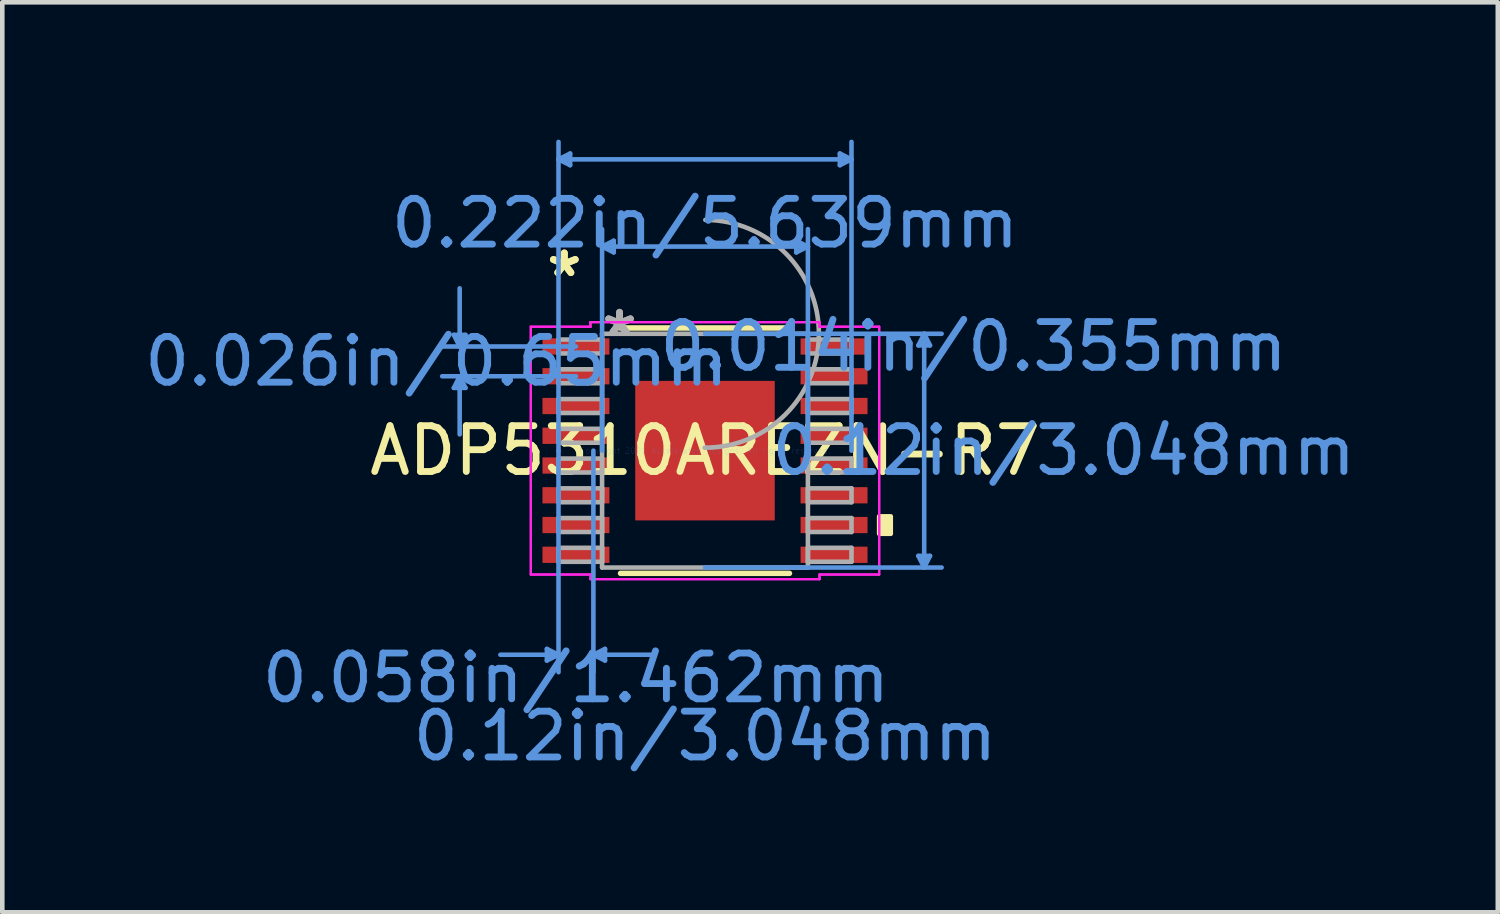
<source format=kicad_pcb>
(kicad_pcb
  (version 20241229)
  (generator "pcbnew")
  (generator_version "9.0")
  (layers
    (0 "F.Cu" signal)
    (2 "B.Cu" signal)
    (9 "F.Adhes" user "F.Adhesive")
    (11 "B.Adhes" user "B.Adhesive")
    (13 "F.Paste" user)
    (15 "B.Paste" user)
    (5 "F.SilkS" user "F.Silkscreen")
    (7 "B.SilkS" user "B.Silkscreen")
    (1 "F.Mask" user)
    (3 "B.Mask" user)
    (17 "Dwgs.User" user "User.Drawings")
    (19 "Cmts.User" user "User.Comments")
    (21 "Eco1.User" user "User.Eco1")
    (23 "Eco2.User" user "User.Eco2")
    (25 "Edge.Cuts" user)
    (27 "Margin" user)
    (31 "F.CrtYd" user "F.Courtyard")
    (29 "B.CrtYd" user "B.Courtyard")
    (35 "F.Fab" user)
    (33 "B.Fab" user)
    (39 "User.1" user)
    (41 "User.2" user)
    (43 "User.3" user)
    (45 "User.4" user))
  (footprint "ADP5310AREZN-R7"
    (layer "F.Cu")
    (at 12.35 6.794)
    (property "Reference" "ADP5310AREZN-R7" (at 0 0 0) (layer "F.SilkS") (effects (font (size 1 1) (thickness 0.15))))
    (attr through_hole)
    (fp_line (start -1.845 2.68) (end 1.845 2.68) (stroke (width 0.12) (type solid)) (layer "F.SilkS"))
    (fp_line (start 1.845 -2.68) (end -1.845 -2.68) (stroke (width 0.12) (type solid)) (layer "F.SilkS"))
    (fp_poly (pts (xy 4.058 1.435) (xy 4.058 1.816) (xy 3.804 1.816) (xy 3.804 1.435)) (stroke (width 0.1) (type solid)) (fill yes) (layer "F.SilkS"))
    (fp_poly (pts (xy -1.424 -1.424) (xy -1.424 -0.1) (xy -0.1 -0.1) (xy -0.1 -1.424)) (stroke (width 0.1) (type solid)) (fill yes) (layer "F.Paste"))
    (fp_poly (pts (xy -1.424 0.1) (xy -1.424 1.424) (xy -0.1 1.424) (xy -0.1 0.1)) (stroke (width 0.1) (type solid)) (fill yes) (layer "F.Paste"))
    (fp_poly (pts (xy 0.1 -1.424) (xy 0.1 -0.1) (xy 1.424 -0.1) (xy 1.424 -1.424)) (stroke (width 0.1) (type solid)) (fill yes) (layer "F.Paste"))
    (fp_poly (pts (xy 0.1 0.1) (xy 0.1 1.424) (xy 1.424 1.424) (xy 1.424 0.1)) (stroke (width 0.1) (type solid)) (fill yes) (layer "F.Paste"))
    (fp_line (start -5.486 -2.529) (end -5.232 -2.529) (stroke (width 0.1) (type solid)) (layer "Cmts.User"))
    (fp_line (start -5.486 -1.371) (end -5.232 -1.371) (stroke (width 0.1) (type solid)) (layer "Cmts.User"))
    (fp_line (start -5.359 -2.275) (end -5.486 -2.529) (stroke (width 0.1) (type solid)) (layer "Cmts.User"))
    (fp_line (start -5.359 -2.275) (end -5.359 -3.545) (stroke (width 0.1) (type solid)) (layer "Cmts.User"))
    (fp_line (start -5.359 -2.275) (end -5.232 -2.529) (stroke (width 0.1) (type solid)) (layer "Cmts.User"))
    (fp_line (start -5.359 -1.625) (end -5.486 -1.371) (stroke (width 0.1) (type solid)) (layer "Cmts.User"))
    (fp_line (start -5.359 -1.625) (end -5.359 -0.355) (stroke (width 0.1) (type solid)) (layer "Cmts.User"))
    (fp_line (start -5.359 -1.625) (end -5.232 -1.371) (stroke (width 0.1) (type solid)) (layer "Cmts.User"))
    (fp_line (start -3.454 4.331) (end -3.454 4.585) (stroke (width 0.1) (type solid)) (layer "Cmts.User"))
    (fp_line (start -3.2 -6.363) (end -2.946 -6.49) (stroke (width 0.1) (type solid)) (layer "Cmts.User"))
    (fp_line (start -3.2 -6.363) (end -2.946 -6.236) (stroke (width 0.1) (type solid)) (layer "Cmts.User"))
    (fp_line (start -3.2 -6.363) (end 3.2 -6.363) (stroke (width 0.1) (type solid)) (layer "Cmts.User"))
    (fp_line (start -3.2 0) (end -3.2 -6.744) (stroke (width 0.1) (type solid)) (layer "Cmts.User"))
    (fp_line (start -3.2 0) (end -3.2 4.839) (stroke (width 0.1) (type solid)) (layer "Cmts.User"))
    (fp_line (start -3.2 4.458) (end -4.47 4.458) (stroke (width 0.1) (type solid)) (layer "Cmts.User"))
    (fp_line (start -3.2 4.458) (end -3.454 4.331) (stroke (width 0.1) (type solid)) (layer "Cmts.User"))
    (fp_line (start -3.2 4.458) (end -3.454 4.585) (stroke (width 0.1) (type solid)) (layer "Cmts.User"))
    (fp_line (start -2.946 -6.49) (end -2.946 -6.236) (stroke (width 0.1) (type solid)) (layer "Cmts.User"))
    (fp_line (start -2.819 -2.275) (end -5.74 -2.275) (stroke (width 0.1) (type solid)) (layer "Cmts.User"))
    (fp_line (start -2.819 -1.625) (end -5.74 -1.625) (stroke (width 0.1) (type solid)) (layer "Cmts.User"))
    (fp_line (start -2.438 0) (end -2.438 4.839) (stroke (width 0.1) (type solid)) (layer "Cmts.User"))
    (fp_line (start -2.438 4.458) (end -2.184 4.331) (stroke (width 0.1) (type solid)) (layer "Cmts.User"))
    (fp_line (start -2.438 4.458) (end -2.184 4.585) (stroke (width 0.1) (type solid)) (layer "Cmts.User"))
    (fp_line (start -2.438 4.458) (end -1.168 4.458) (stroke (width 0.1) (type solid)) (layer "Cmts.User"))
    (fp_line (start -2.248 -4.458) (end -1.994 -4.585) (stroke (width 0.1) (type solid)) (layer "Cmts.User"))
    (fp_line (start -2.248 -4.458) (end -1.994 -4.331) (stroke (width 0.1) (type solid)) (layer "Cmts.User"))
    (fp_line (start -2.248 -4.458) (end 2.248 -4.458) (stroke (width 0.1) (type solid)) (layer "Cmts.User"))
    (fp_line (start -2.248 0) (end -2.248 -4.839) (stroke (width 0.1) (type solid)) (layer "Cmts.User"))
    (fp_line (start -2.184 4.331) (end -2.184 4.585) (stroke (width 0.1) (type solid)) (layer "Cmts.User"))
    (fp_line (start -1.994 -4.585) (end -1.994 -4.331) (stroke (width 0.1) (type solid)) (layer "Cmts.User"))
    (fp_line (start 0 -2.553) (end 5.169 -2.553) (stroke (width 0.1) (type solid)) (layer "Cmts.User"))
    (fp_line (start 0 2.553) (end 5.169 2.553) (stroke (width 0.1) (type solid)) (layer "Cmts.User"))
    (fp_line (start 1.994 -4.585) (end 1.994 -4.331) (stroke (width 0.1) (type solid)) (layer "Cmts.User"))
    (fp_line (start 2.248 -4.458) (end 1.994 -4.585) (stroke (width 0.1) (type solid)) (layer "Cmts.User"))
    (fp_line (start 2.248 -4.458) (end 1.994 -4.331) (stroke (width 0.1) (type solid)) (layer "Cmts.User"))
    (fp_line (start 2.248 0) (end 2.248 -4.839) (stroke (width 0.1) (type solid)) (layer "Cmts.User"))
    (fp_line (start 2.946 -6.49) (end 2.946 -6.236) (stroke (width 0.1) (type solid)) (layer "Cmts.User"))
    (fp_line (start 3.2 -6.363) (end 2.946 -6.49) (stroke (width 0.1) (type solid)) (layer "Cmts.User"))
    (fp_line (start 3.2 -6.363) (end 2.946 -6.236) (stroke (width 0.1) (type solid)) (layer "Cmts.User"))
    (fp_line (start 3.2 0) (end 3.2 -6.744) (stroke (width 0.1) (type solid)) (layer "Cmts.User"))
    (fp_line (start 4.661 -2.299) (end 4.915 -2.299) (stroke (width 0.1) (type solid)) (layer "Cmts.User"))
    (fp_line (start 4.661 2.299) (end 4.915 2.299) (stroke (width 0.1) (type solid)) (layer "Cmts.User"))
    (fp_line (start 4.788 -2.553) (end 4.661 -2.299) (stroke (width 0.1) (type solid)) (layer "Cmts.User"))
    (fp_line (start 4.788 -2.553) (end 4.788 2.553) (stroke (width 0.1) (type solid)) (layer "Cmts.User"))
    (fp_line (start 4.788 -2.553) (end 4.915 -2.299) (stroke (width 0.1) (type solid)) (layer "Cmts.User"))
    (fp_line (start 4.788 2.553) (end 4.661 2.299) (stroke (width 0.1) (type solid)) (layer "Cmts.User"))
    (fp_line (start 4.788 2.553) (end 4.915 2.299) (stroke (width 0.1) (type solid)) (layer "Cmts.User"))
    (fp_line (start -3.804 -2.706) (end -2.502 -2.706) (stroke (width 0.05) (type solid)) (layer "F.CrtYd"))
    (fp_line (start -3.804 -2.706) (end -2.502 -2.706) (stroke (width 0.05) (type solid)) (layer "F.CrtYd"))
    (fp_line (start -3.804 2.706) (end -3.804 -2.706) (stroke (width 0.05) (type solid)) (layer "F.CrtYd"))
    (fp_line (start -3.804 2.706) (end -3.804 -2.706) (stroke (width 0.05) (type solid)) (layer "F.CrtYd"))
    (fp_line (start -3.804 2.706) (end -2.502 2.706) (stroke (width 0.05) (type solid)) (layer "F.CrtYd"))
    (fp_line (start -2.502 -2.807) (end 2.502 -2.807) (stroke (width 0.05) (type solid)) (layer "F.CrtYd"))
    (fp_line (start -2.502 -2.807) (end 2.502 -2.807) (stroke (width 0.05) (type solid)) (layer "F.CrtYd"))
    (fp_line (start -2.502 -2.706) (end -2.502 -2.807) (stroke (width 0.05) (type solid)) (layer "F.CrtYd"))
    (fp_line (start -2.502 -2.706) (end -2.502 -2.807) (stroke (width 0.05) (type solid)) (layer "F.CrtYd"))
    (fp_line (start -2.502 2.706) (end -3.804 2.706) (stroke (width 0.05) (type solid)) (layer "F.CrtYd"))
    (fp_line (start -2.502 2.807) (end -2.502 2.706) (stroke (width 0.05) (type solid)) (layer "F.CrtYd"))
    (fp_line (start -2.502 2.807) (end -2.502 2.706) (stroke (width 0.05) (type solid)) (layer "F.CrtYd"))
    (fp_line (start 2.502 -2.807) (end 2.502 -2.706) (stroke (width 0.05) (type solid)) (layer "F.CrtYd"))
    (fp_line (start 2.502 -2.807) (end 2.502 -2.706) (stroke (width 0.05) (type solid)) (layer "F.CrtYd"))
    (fp_line (start 2.502 -2.706) (end 3.804 -2.706) (stroke (width 0.05) (type solid)) (layer "F.CrtYd"))
    (fp_line (start 2.502 2.706) (end 2.502 2.807) (stroke (width 0.05) (type solid)) (layer "F.CrtYd"))
    (fp_line (start 2.502 2.706) (end 2.502 2.807) (stroke (width 0.05) (type solid)) (layer "F.CrtYd"))
    (fp_line (start 2.502 2.807) (end -2.502 2.807) (stroke (width 0.05) (type solid)) (layer "F.CrtYd"))
    (fp_line (start 2.502 2.807) (end -2.502 2.807) (stroke (width 0.05) (type solid)) (layer "F.CrtYd"))
    (fp_line (start 3.804 -2.706) (end 2.502 -2.706) (stroke (width 0.05) (type solid)) (layer "F.CrtYd"))
    (fp_line (start 3.804 -2.706) (end 3.804 2.706) (stroke (width 0.05) (type solid)) (layer "F.CrtYd"))
    (fp_line (start 3.804 -2.706) (end 3.804 2.706) (stroke (width 0.05) (type solid)) (layer "F.CrtYd"))
    (fp_line (start 3.804 2.706) (end 2.502 2.706) (stroke (width 0.05) (type solid)) (layer "F.CrtYd"))
    (fp_line (start 3.804 2.706) (end 2.502 2.706) (stroke (width 0.05) (type solid)) (layer "F.CrtYd"))
    (fp_line (start -3.2 -2.427) (end -3.2 -2.123) (stroke (width 0.1) (type solid)) (layer "F.Fab"))
    (fp_line (start -3.2 -2.123) (end -2.248 -2.123) (stroke (width 0.1) (type solid)) (layer "F.Fab"))
    (fp_line (start -3.2 -1.777) (end -3.2 -1.473) (stroke (width 0.1) (type solid)) (layer "F.Fab"))
    (fp_line (start -3.2 -1.473) (end -2.248 -1.473) (stroke (width 0.1) (type solid)) (layer "F.Fab"))
    (fp_line (start -3.2 -1.127) (end -3.2 -0.823) (stroke (width 0.1) (type solid)) (layer "F.Fab"))
    (fp_line (start -3.2 -0.823) (end -2.248 -0.823) (stroke (width 0.1) (type solid)) (layer "F.Fab"))
    (fp_line (start -3.2 -0.477) (end -3.2 -0.173) (stroke (width 0.1) (type solid)) (layer "F.Fab"))
    (fp_line (start -3.2 -0.173) (end -2.248 -0.173) (stroke (width 0.1) (type solid)) (layer "F.Fab"))
    (fp_line (start -3.2 0.173) (end -3.2 0.477) (stroke (width 0.1) (type solid)) (layer "F.Fab"))
    (fp_line (start -3.2 0.477) (end -2.248 0.477) (stroke (width 0.1) (type solid)) (layer "F.Fab"))
    (fp_line (start -3.2 0.823) (end -3.2 1.127) (stroke (width 0.1) (type solid)) (layer "F.Fab"))
    (fp_line (start -3.2 1.127) (end -2.248 1.127) (stroke (width 0.1) (type solid)) (layer "F.Fab"))
    (fp_line (start -3.2 1.473) (end -3.2 1.777) (stroke (width 0.1) (type solid)) (layer "F.Fab"))
    (fp_line (start -3.2 1.777) (end -2.248 1.777) (stroke (width 0.1) (type solid)) (layer "F.Fab"))
    (fp_line (start -3.2 2.123) (end -3.2 2.427) (stroke (width 0.1) (type solid)) (layer "F.Fab"))
    (fp_line (start -3.2 2.427) (end -2.248 2.427) (stroke (width 0.1) (type solid)) (layer "F.Fab"))
    (fp_line (start -2.248 -2.553) (end -2.248 2.553) (stroke (width 0.1) (type solid)) (layer "F.Fab"))
    (fp_line (start -2.248 -2.427) (end -3.2 -2.427) (stroke (width 0.1) (type solid)) (layer "F.Fab"))
    (fp_line (start -2.248 -2.123) (end -2.248 -2.427) (stroke (width 0.1) (type solid)) (layer "F.Fab"))
    (fp_line (start -2.248 -1.777) (end -3.2 -1.777) (stroke (width 0.1) (type solid)) (layer "F.Fab"))
    (fp_line (start -2.248 -1.473) (end -2.248 -1.777) (stroke (width 0.1) (type solid)) (layer "F.Fab"))
    (fp_line (start -2.248 -1.127) (end -3.2 -1.127) (stroke (width 0.1) (type solid)) (layer "F.Fab"))
    (fp_line (start -2.248 -0.823) (end -2.248 -1.127) (stroke (width 0.1) (type solid)) (layer "F.Fab"))
    (fp_line (start -2.248 -0.477) (end -3.2 -0.477) (stroke (width 0.1) (type solid)) (layer "F.Fab"))
    (fp_line (start -2.248 -0.173) (end -2.248 -0.477) (stroke (width 0.1) (type solid)) (layer "F.Fab"))
    (fp_line (start -2.248 0.173) (end -3.2 0.173) (stroke (width 0.1) (type solid)) (layer "F.Fab"))
    (fp_line (start -2.248 0.477) (end -2.248 0.173) (stroke (width 0.1) (type solid)) (layer "F.Fab"))
    (fp_line (start -2.248 0.823) (end -3.2 0.823) (stroke (width 0.1) (type solid)) (layer "F.Fab"))
    (fp_line (start -2.248 1.127) (end -2.248 0.823) (stroke (width 0.1) (type solid)) (layer "F.Fab"))
    (fp_line (start -2.248 1.473) (end -3.2 1.473) (stroke (width 0.1) (type solid)) (layer "F.Fab"))
    (fp_line (start -2.248 1.777) (end -2.248 1.473) (stroke (width 0.1) (type solid)) (layer "F.Fab"))
    (fp_line (start -2.248 2.123) (end -3.2 2.123) (stroke (width 0.1) (type solid)) (layer "F.Fab"))
    (fp_line (start -2.248 2.427) (end -2.248 2.123) (stroke (width 0.1) (type solid)) (layer "F.Fab"))
    (fp_line (start -2.248 2.553) (end 2.248 2.553) (stroke (width 0.1) (type solid)) (layer "F.Fab"))
    (fp_line (start 2.248 -2.553) (end -2.248 -2.553) (stroke (width 0.1) (type solid)) (layer "F.Fab"))
    (fp_line (start 2.248 -2.427) (end 2.248 -2.123) (stroke (width 0.1) (type solid)) (layer "F.Fab"))
    (fp_line (start 2.248 -2.123) (end 3.2 -2.123) (stroke (width 0.1) (type solid)) (layer "F.Fab"))
    (fp_line (start 2.248 -1.777) (end 2.248 -1.473) (stroke (width 0.1) (type solid)) (layer "F.Fab"))
    (fp_line (start 2.248 -1.473) (end 3.2 -1.473) (stroke (width 0.1) (type solid)) (layer "F.Fab"))
    (fp_line (start 2.248 -1.127) (end 2.248 -0.823) (stroke (width 0.1) (type solid)) (layer "F.Fab"))
    (fp_line (start 2.248 -0.823) (end 3.2 -0.823) (stroke (width 0.1) (type solid)) (layer "F.Fab"))
    (fp_line (start 2.248 -0.477) (end 2.248 -0.173) (stroke (width 0.1) (type solid)) (layer "F.Fab"))
    (fp_line (start 2.248 -0.173) (end 3.2 -0.173) (stroke (width 0.1) (type solid)) (layer "F.Fab"))
    (fp_line (start 2.248 0.173) (end 2.248 0.477) (stroke (width 0.1) (type solid)) (layer "F.Fab"))
    (fp_line (start 2.248 0.477) (end 3.2 0.477) (stroke (width 0.1) (type solid)) (layer "F.Fab"))
    (fp_line (start 2.248 0.823) (end 2.248 1.127) (stroke (width 0.1) (type solid)) (layer "F.Fab"))
    (fp_line (start 2.248 1.127) (end 3.2 1.127) (stroke (width 0.1) (type solid)) (layer "F.Fab"))
    (fp_line (start 2.248 1.473) (end 2.248 1.777) (stroke (width 0.1) (type solid)) (layer "F.Fab"))
    (fp_line (start 2.248 1.777) (end 3.2 1.777) (stroke (width 0.1) (type solid)) (layer "F.Fab"))
    (fp_line (start 2.248 2.123) (end 2.248 2.427) (stroke (width 0.1) (type solid)) (layer "F.Fab"))
    (fp_line (start 2.248 2.427) (end 3.2 2.427) (stroke (width 0.1) (type solid)) (layer "F.Fab"))
    (fp_line (start 2.248 2.553) (end 2.248 -2.553) (stroke (width 0.1) (type solid)) (layer "F.Fab"))
    (fp_line (start 3.2 -2.427) (end 2.248 -2.427) (stroke (width 0.1) (type solid)) (layer "F.Fab"))
    (fp_line (start 3.2 -2.123) (end 3.2 -2.427) (stroke (width 0.1) (type solid)) (layer "F.Fab"))
    (fp_line (start 3.2 -1.777) (end 2.248 -1.777) (stroke (width 0.1) (type solid)) (layer "F.Fab"))
    (fp_line (start 3.2 -1.473) (end 3.2 -1.777) (stroke (width 0.1) (type solid)) (layer "F.Fab"))
    (fp_line (start 3.2 -1.127) (end 2.248 -1.127) (stroke (width 0.1) (type solid)) (layer "F.Fab"))
    (fp_line (start 3.2 -0.823) (end 3.2 -1.127) (stroke (width 0.1) (type solid)) (layer "F.Fab"))
    (fp_line (start 3.2 -0.477) (end 2.248 -0.477) (stroke (width 0.1) (type solid)) (layer "F.Fab"))
    (fp_line (start 3.2 -0.173) (end 3.2 -0.477) (stroke (width 0.1) (type solid)) (layer "F.Fab"))
    (fp_line (start 3.2 0.173) (end 2.248 0.173) (stroke (width 0.1) (type solid)) (layer "F.Fab"))
    (fp_line (start 3.2 0.477) (end 3.2 0.173) (stroke (width 0.1) (type solid)) (layer "F.Fab"))
    (fp_line (start 3.2 0.823) (end 2.248 0.823) (stroke (width 0.1) (type solid)) (layer "F.Fab"))
    (fp_line (start 3.2 1.127) (end 3.2 0.823) (stroke (width 0.1) (type solid)) (layer "F.Fab"))
    (fp_line (start 3.2 1.473) (end 2.248 1.473) (stroke (width 0.1) (type solid)) (layer "F.Fab"))
    (fp_line (start 3.2 1.777) (end 3.2 1.473) (stroke (width 0.1) (type solid)) (layer "F.Fab"))
    (fp_line (start 3.2 2.123) (end 2.248 2.123) (stroke (width 0.1) (type solid)) (layer "F.Fab"))
    (fp_line (start 3.2 2.427) (end 3.2 2.123) (stroke (width 0.1) (type solid)) (layer "F.Fab"))
    (fp_arc (start 0.007742 -5.040561) (mid 2.487861 -2.544958) (end -0.007742 -0.064839) (stroke (width 0.1) (type solid)) (layer "F.Fab"))
    (fp_text user "*" (at -3.073 -3.773 0) (layer "F.SilkS") (effects (font (size 1 1) (thickness 0.15))))
    (fp_text user "*" (at -3.073 -3.773 0) (layer "F.SilkS") (effects (font (size 1 1) (thickness 0.15))))
    (fp_text user "0.12in/3.048mm" (at 7.836 0 0) (layer "Cmts.User") (effects (font (size 1 1) (thickness 0.15))))
    (fp_text user "0.058in/1.462mm" (at -2.819 4.966 0) (layer "Cmts.User") (effects (font (size 1 1) (thickness 0.15))))
    (fp_text user "0.222in/5.639mm" (at 0 -4.966 0) (layer "Cmts.User") (effects (font (size 1 1) (thickness 0.15))))
    (fp_text user "0.026in/0.65mm" (at -5.867 -1.95 0) (layer "Cmts.User") (effects (font (size 1 1) (thickness 0.15))))
    (fp_text user "Copyright 2021 Accelerated Designs. All rights reserved." (at 0 0 0) (layer "Cmts.User") (effects (font (size 0.127 0.127) (thickness 0.002))))
    (fp_text user "0.014in/0.355mm" (at 5.867 -2.275 0) (layer "Cmts.User") (effects (font (size 1 1) (thickness 0.15))))
    (fp_text user "0.12in/3.048mm" (at 0 6.236 0) (layer "Cmts.User") (effects (font (size 1 1) (thickness 0.15))))
    (fp_text user "*" (at -1.867 -2.477 0) (layer "F.Fab") (effects (font (size 1 1) (thickness 0.15))))
    (fp_text user "*" (at -1.867 -2.477 0) (layer "F.Fab") (effects (font (size 1 1) (thickness 0.15))))
    (pad "1" smd rect (at -2.819 -2.275) (size 1.462 0.355) (layers "F.Cu" "F.Mask" "F.Paste"))
    (pad "2" smd rect (at -2.819 -1.625) (size 1.462 0.355) (layers "F.Cu" "F.Mask" "F.Paste"))
    (pad "3" smd rect (at -2.819 -0.975) (size 1.462 0.355) (layers "F.Cu" "F.Mask" "F.Paste"))
    (pad "4" smd rect (at -2.819 -0.325) (size 1.462 0.355) (layers "F.Cu" "F.Mask" "F.Paste"))
    (pad "5" smd rect (at -2.819 0.325) (size 1.462 0.355) (layers "F.Cu" "F.Mask" "F.Paste"))
    (pad "6" smd rect (at -2.819 0.975) (size 1.462 0.355) (layers "F.Cu" "F.Mask" "F.Paste"))
    (pad "7" smd rect (at -2.819 1.625) (size 1.462 0.355) (layers "F.Cu" "F.Mask" "F.Paste"))
    (pad "8" smd rect (at -2.819 2.275) (size 1.462 0.355) (layers "F.Cu" "F.Mask" "F.Paste"))
    (pad "9" smd rect (at 2.819 2.275) (size 1.462 0.355) (layers "F.Cu" "F.Mask" "F.Paste"))
    (pad "10" smd rect (at 2.819 1.625) (size 1.462 0.355) (layers "F.Cu" "F.Mask" "F.Paste"))
    (pad "11" smd rect (at 2.819 0.975) (size 1.462 0.355) (layers "F.Cu" "F.Mask" "F.Paste"))
    (pad "12" smd rect (at 2.819 0.325) (size 1.462 0.355) (layers "F.Cu" "F.Mask" "F.Paste"))
    (pad "13" smd rect (at 2.819 -0.325) (size 1.462 0.355) (layers "F.Cu" "F.Mask" "F.Paste"))
    (pad "14" smd rect (at 2.819 -0.975) (size 1.462 0.355) (layers "F.Cu" "F.Mask" "F.Paste"))
    (pad "15" smd rect (at 2.819 -1.625) (size 1.462 0.355) (layers "F.Cu" "F.Mask" "F.Paste"))
    (pad "16" smd rect (at 2.819 -2.275) (size 1.462 0.355) (layers "F.Cu" "F.Mask" "F.Paste"))
    (pad "EPAD" smd rect (at 0 0) (size 3.048 3.048) (layers "F.Cu" "F.Mask")))
  (gr_rect
    (start -3 -3)
    (end 29.668 16.878)
    (stroke (width 0.1) (type default))
    (fill no)
    (layer "Edge.Cuts")))
</source>
